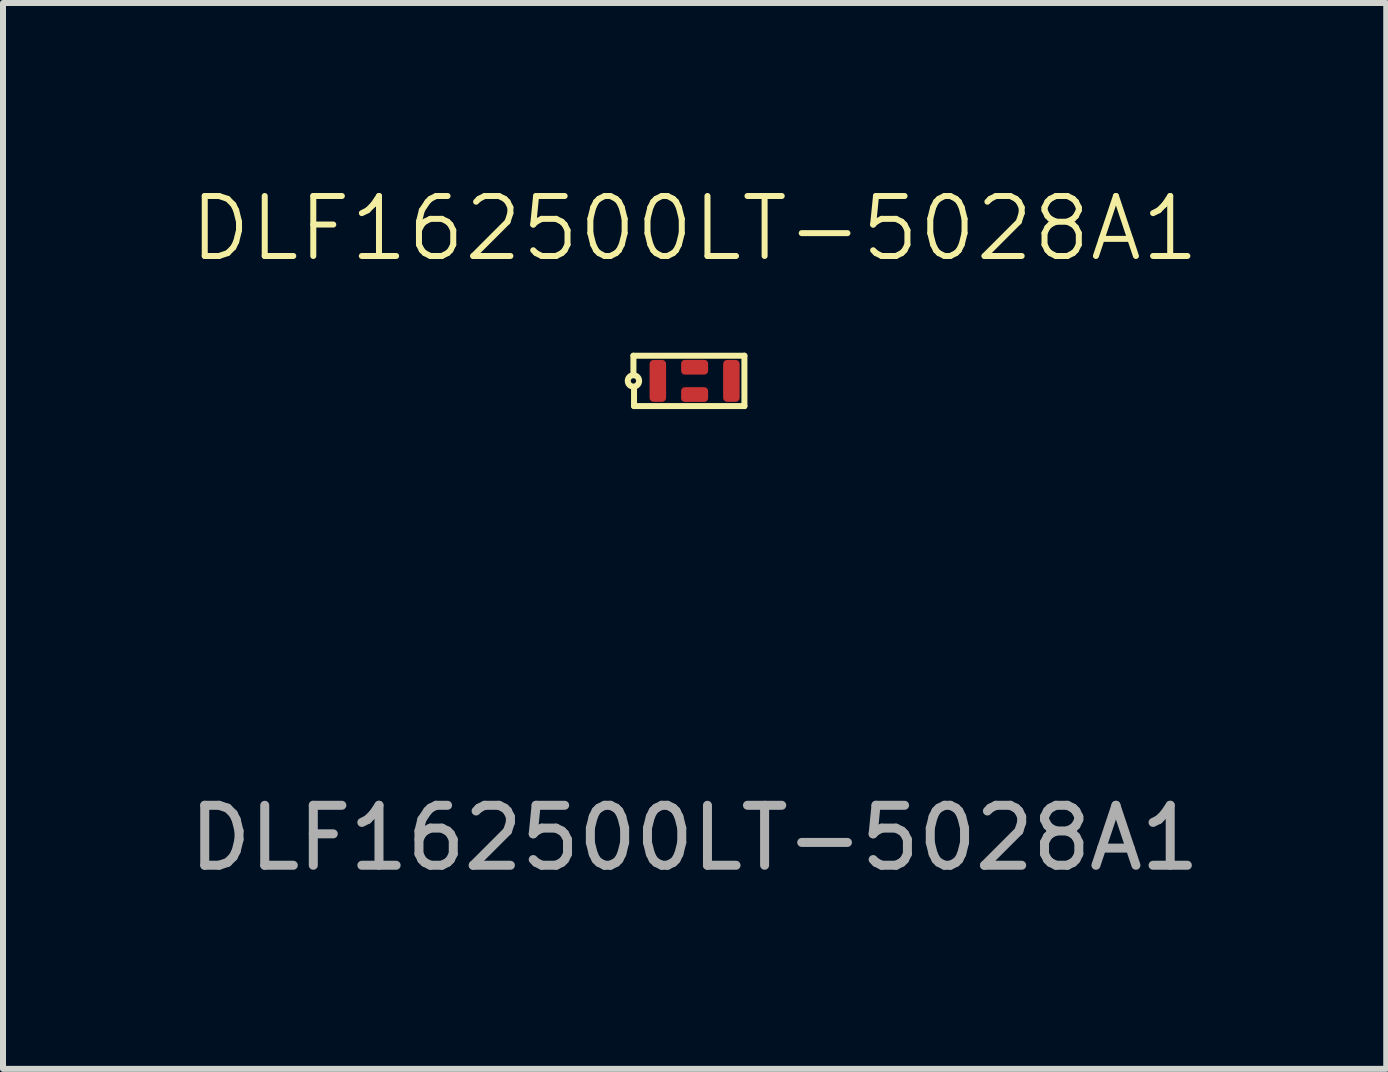
<source format=kicad_pcb>
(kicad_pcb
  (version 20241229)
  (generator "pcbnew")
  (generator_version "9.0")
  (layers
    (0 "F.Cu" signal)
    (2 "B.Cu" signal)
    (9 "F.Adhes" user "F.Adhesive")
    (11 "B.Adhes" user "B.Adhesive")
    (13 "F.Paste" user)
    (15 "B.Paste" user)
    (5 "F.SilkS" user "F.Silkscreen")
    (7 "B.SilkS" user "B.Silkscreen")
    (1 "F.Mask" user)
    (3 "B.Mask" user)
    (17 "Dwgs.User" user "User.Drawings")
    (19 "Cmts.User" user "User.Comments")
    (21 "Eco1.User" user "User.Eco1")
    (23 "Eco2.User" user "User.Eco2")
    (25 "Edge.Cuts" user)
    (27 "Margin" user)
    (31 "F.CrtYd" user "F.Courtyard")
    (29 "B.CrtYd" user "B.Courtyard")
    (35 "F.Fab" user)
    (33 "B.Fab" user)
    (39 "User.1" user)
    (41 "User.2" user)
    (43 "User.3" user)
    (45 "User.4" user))
  (footprint "DLF162500LT-5028A1"
    (layer "F.Cu")
    (at 8.53 3.3)
    (property "Reference" "DLF162500LT-5028A1" (at 0 -2.54 0) (unlocked yes) (layer "F.SilkS") (effects (font (size 1 1) (thickness 0.1))))
    (attr smd)
    (fp_line (start -1.02 -0.42) (end 0.83 -0.42) (stroke (width 0.1) (type default)) (layer "F.SilkS"))
    (fp_line (start -1.02 -0.15) (end -1.02 -0.42) (stroke (width 0.1) (type default)) (layer "F.SilkS"))
    (fp_line (start -1.01 0.42) (end -1.01 0.15) (stroke (width 0.1) (type default)) (layer "F.SilkS"))
    (fp_line (start 0.83 -0.42) (end 0.83 0.42) (stroke (width 0.1) (type default)) (layer "F.SilkS"))
    (fp_line (start 0.83 0.42) (end -1.01 0.42) (stroke (width 0.1) (type default)) (layer "F.SilkS"))
    (fp_circle (center -1.02 0) (end -1.06 0.02) (stroke (width 0.1) (type default)) (fill no) (layer "F.SilkS"))
    (fp_text user "${REFERENCE}" (at 0 7.62 0) (unlocked yes) (layer "F.Fab") (effects (font (size 1 1) (thickness 0.15))))
    (pad "1" smd roundrect (at -0.613 0) (size 0.275 0.7) (layers "F.Cu" "F.Mask" "F.Paste") (roundrect_rratio 0.25))
    (pad "2" smd roundrect (at 0 0.228 180) (size 0.45 0.245) (layers "F.Cu" "F.Mask" "F.Paste") (roundrect_rratio 0.25))
    (pad "3" smd roundrect (at 0.613 0) (size 0.275 0.7) (layers "F.Cu" "F.Mask" "F.Paste") (roundrect_rratio 0.25))
    (pad "4" smd roundrect (at 0 -0.228 180) (size 0.45 0.245) (layers "F.Cu" "F.Mask" "F.Paste") (roundrect_rratio 0.25)))
  (gr_rect
    (start -3 -3)
    (end 20.06 14.769)
    (stroke (width 0.1) (type default))
    (fill no)
    (layer "Edge.Cuts")))
</source>
